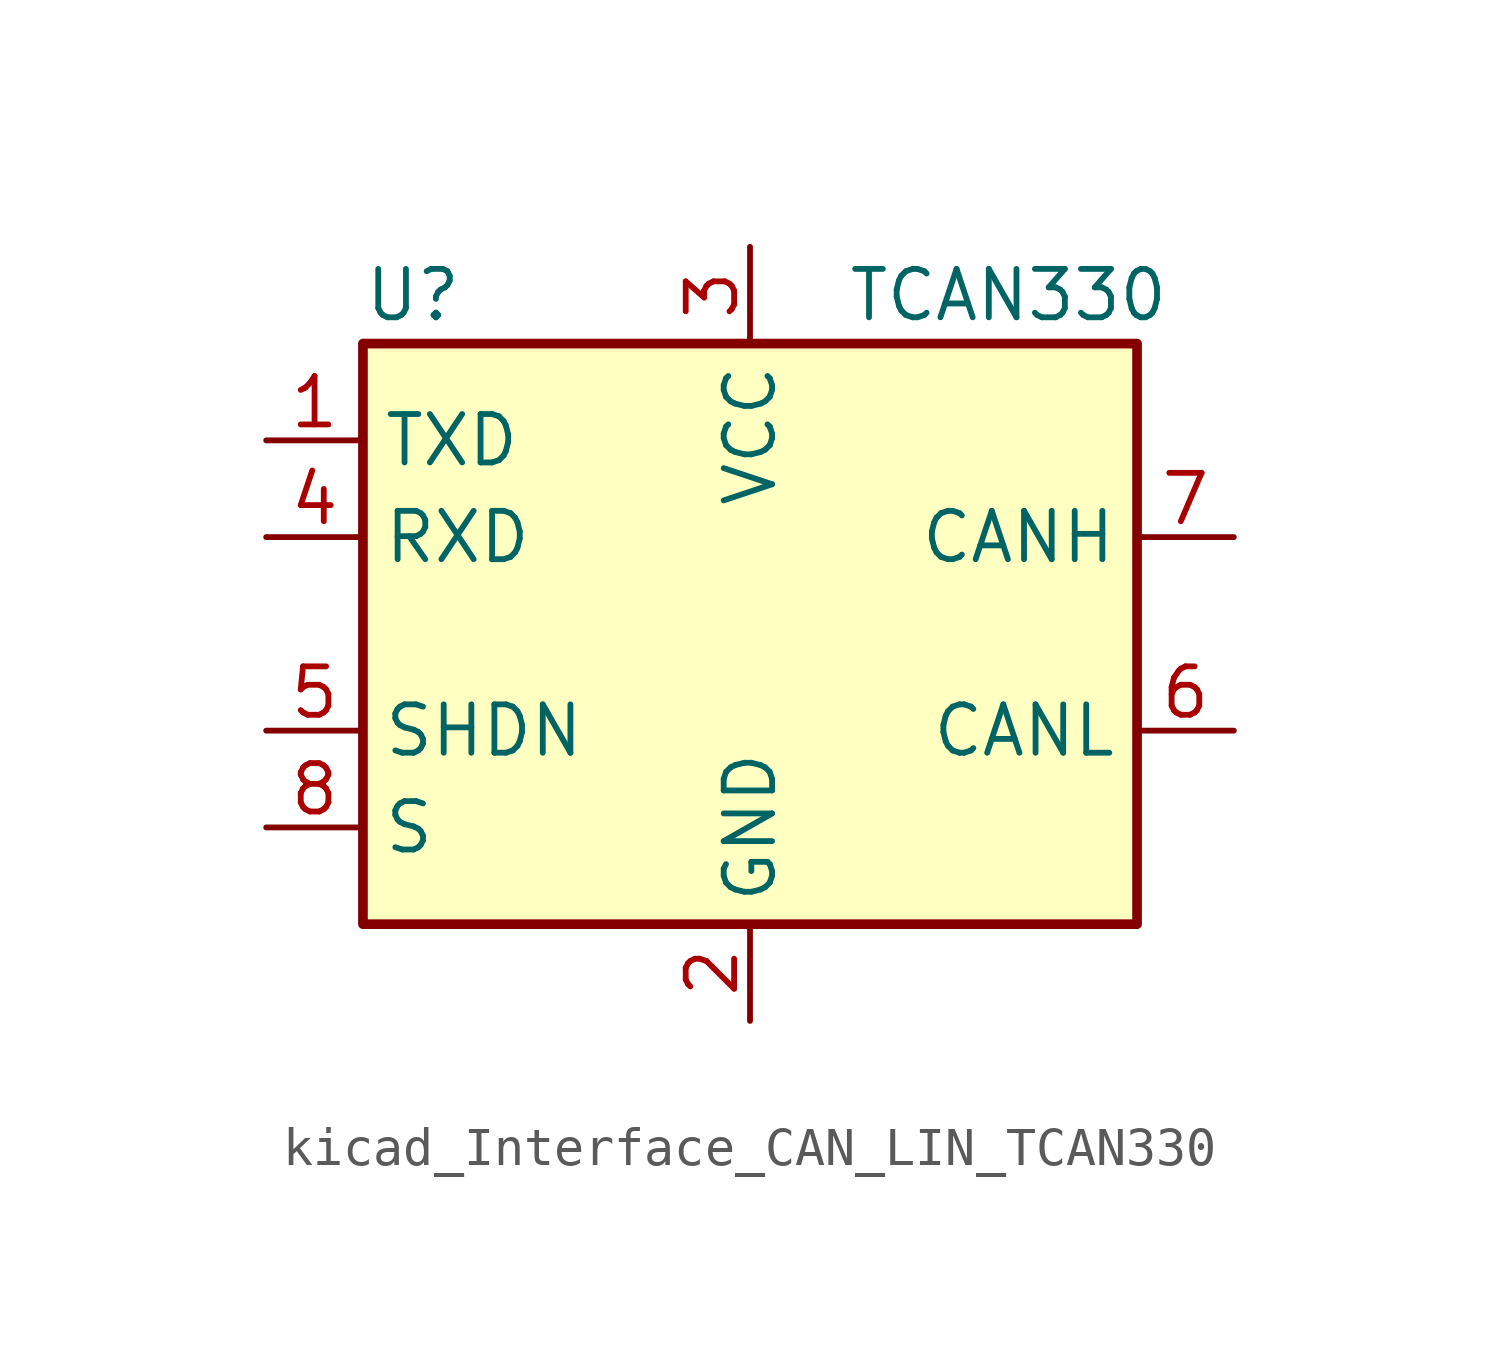
<source format=kicad_sym>
(kicad_symbol_lib
  (version 20220914)
  (generator kicad_symbol_editor)
  (symbol "kicad_Interface_CAN_LIN_TCAN330"
    (property "Reference" "U"
      (at -10.16 8.89 0)
      (effects (font (size 1.27 1.27)) (justify left)))
    (property "Value" "TCAN330"
      (at 2.54 8.89 0)
      (effects (font (size 1.27 1.27)) (justify left)))
    (symbol "kicad_Interface_CAN_LIN_TCAN330_0_1"
      (rectangle (start -10.16 7.62) (end 10.16 -7.62) (stroke (width 0.254) (type default)) (fill (type background))))
    (symbol "kicad_Interface_CAN_LIN_TCAN330_1_1"
      (pin input line (at -12.7 5.08 0) (length 2.54) (name "TXD" (effects (font (size 1.27 1.27)))) (number "1" (effects (font (size 1.27 1.27)))))
      (pin power_in line (at 0 -10.16 90) (length 2.54) (name "GND" (effects (font (size 1.27 1.27)))) (number "2" (effects (font (size 1.27 1.27)))))
      (pin power_in line (at 0 10.16 270) (length 2.54) (name "VCC" (effects (font (size 1.27 1.27)))) (number "3" (effects (font (size 1.27 1.27)))))
      (pin tri_state line (at -12.7 2.54 0) (length 2.54) (name "RXD" (effects (font (size 1.27 1.27)))) (number "4" (effects (font (size 1.27 1.27)))))
      (pin input line (at -12.7 -2.54 0) (length 2.54) (name "SHDN" (effects (font (size 1.27 1.27)))) (number "5" (effects (font (size 1.27 1.27)))))
      (pin bidirectional line (at 12.7 -2.54 180) (length 2.54) (name "CANL" (effects (font (size 1.27 1.27)))) (number "6" (effects (font (size 1.27 1.27)))))
      (pin bidirectional line (at 12.7 2.54 180) (length 2.54) (name "CANH" (effects (font (size 1.27 1.27)))) (number "7" (effects (font (size 1.27 1.27)))))
      (pin input line (at -12.7 -5.08 0) (length 2.54) (name "S" (effects (font (size 1.27 1.27)))) (number "8" (effects (font (size 1.27 1.27))))))))
</source>
